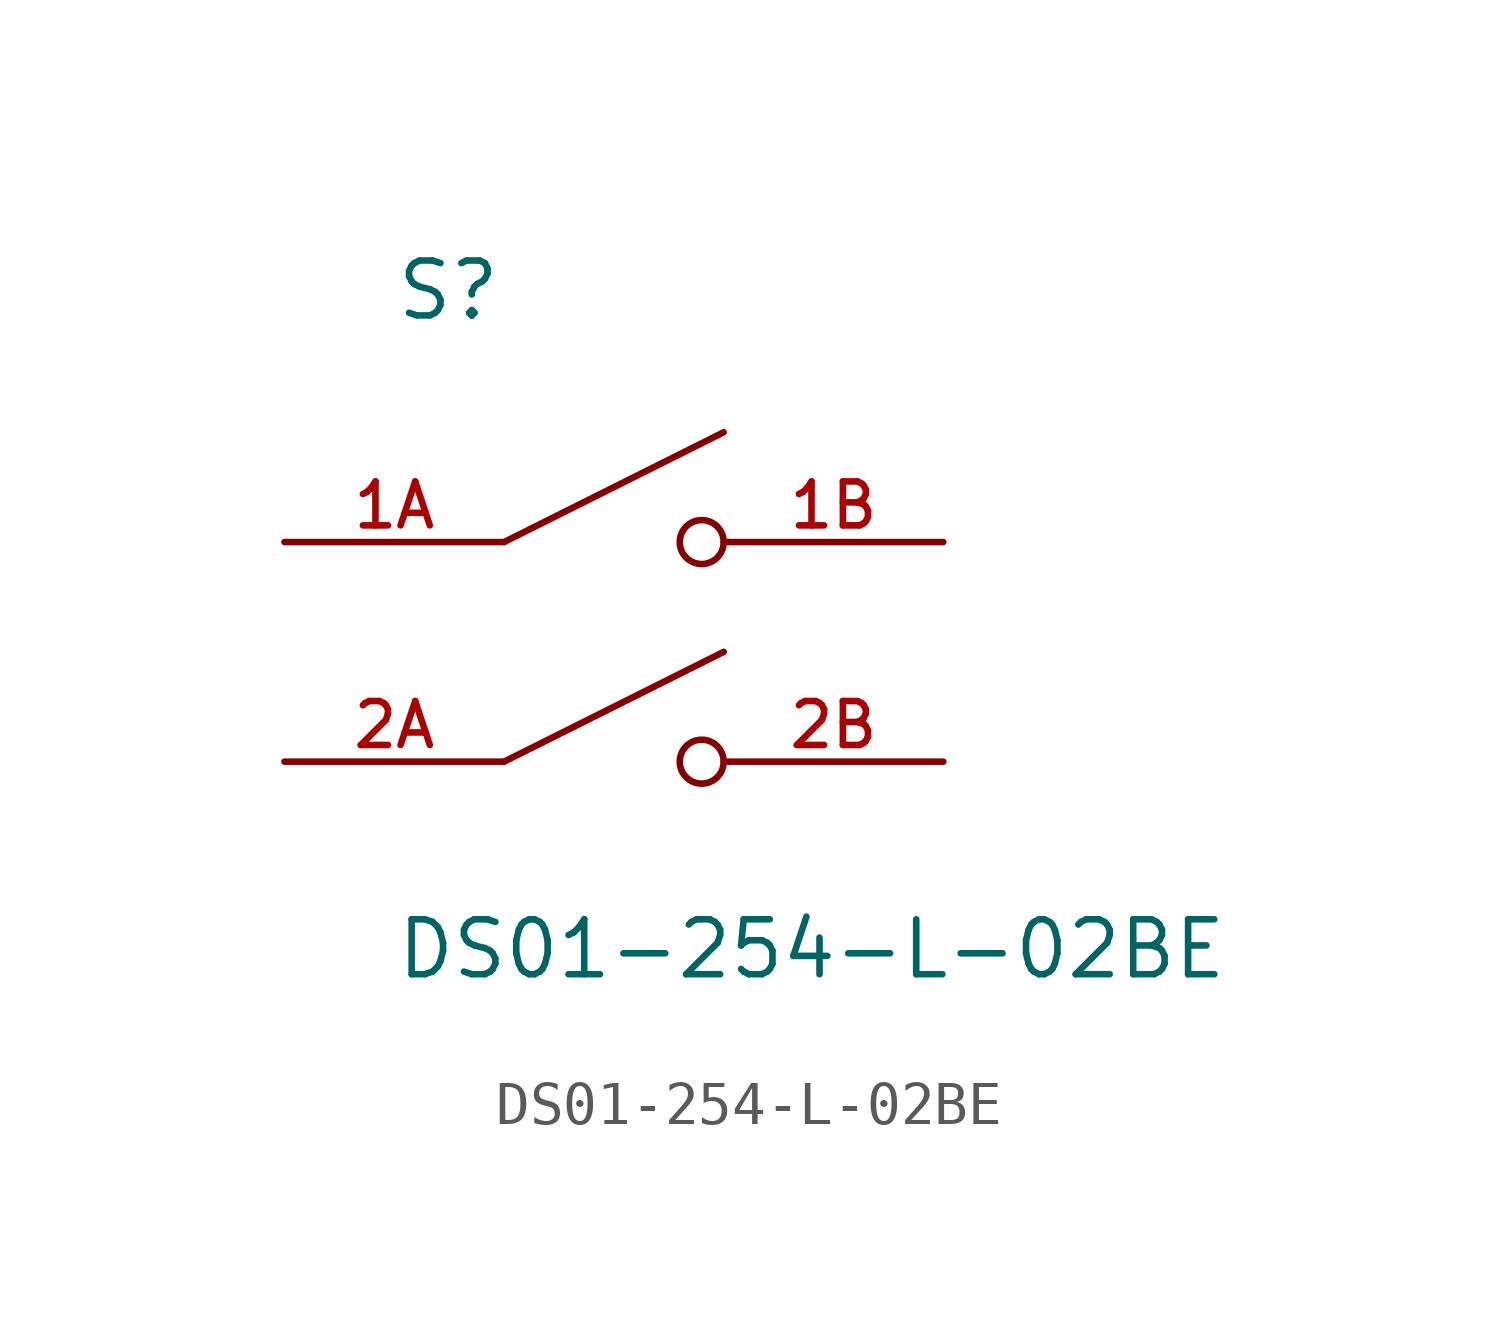
<source format=kicad_sym>
(kicad_symbol_lib
  (version 20211014)
  (generator kicad_symbol_editor)
  (symbol "DS01-254-L-02BE"
    (pin_names
      (offset 1.016))
    (property "Reference" "S"
      (at -5.08 7.62 0)
      (effects (font (size 1.27 1.27)) (justify bottom left)))
    (property "Value" "DS01-254-L-02BE"
      (at -5.08 -7.62 0)
      (effects (font (size 1.27 1.27)) (justify bottom left)))
    (symbol "DS01-254-L-02BE_0_0"
      (polyline (pts (xy -2.54 2.54) (xy 2.54 5.08)) (stroke (width 0.152)))
      (circle (center 2.032 2.54) (radius 0.508) (stroke (width 0.152)) (fill (type none)))
      (polyline (pts (xy -2.54 -2.54) (xy 2.54 0.0)) (stroke (width 0.152)))
      (circle (center 2.032 -2.54) (radius 0.508) (stroke (width 0.152)) (fill (type none)))
      (pin passive line (at -7.62 2.54 0) (length 5.08) (name "~" (effects (font (size 1.016 1.016)))) (number "1A" (effects (font (size 1.016 1.016)))))
      (pin passive line (at 7.62 2.54 180.0) (length 5.08) (name "~" (effects (font (size 1.016 1.016)))) (number "1B" (effects (font (size 1.016 1.016)))))
      (pin passive line (at -7.62 -2.54 0) (length 5.08) (name "~" (effects (font (size 1.016 1.016)))) (number "2A" (effects (font (size 1.016 1.016)))))
      (pin passive line (at 7.62 -2.54 180.0) (length 5.08) (name "~" (effects (font (size 1.016 1.016)))) (number "2B" (effects (font (size 1.016 1.016))))))))
</source>
